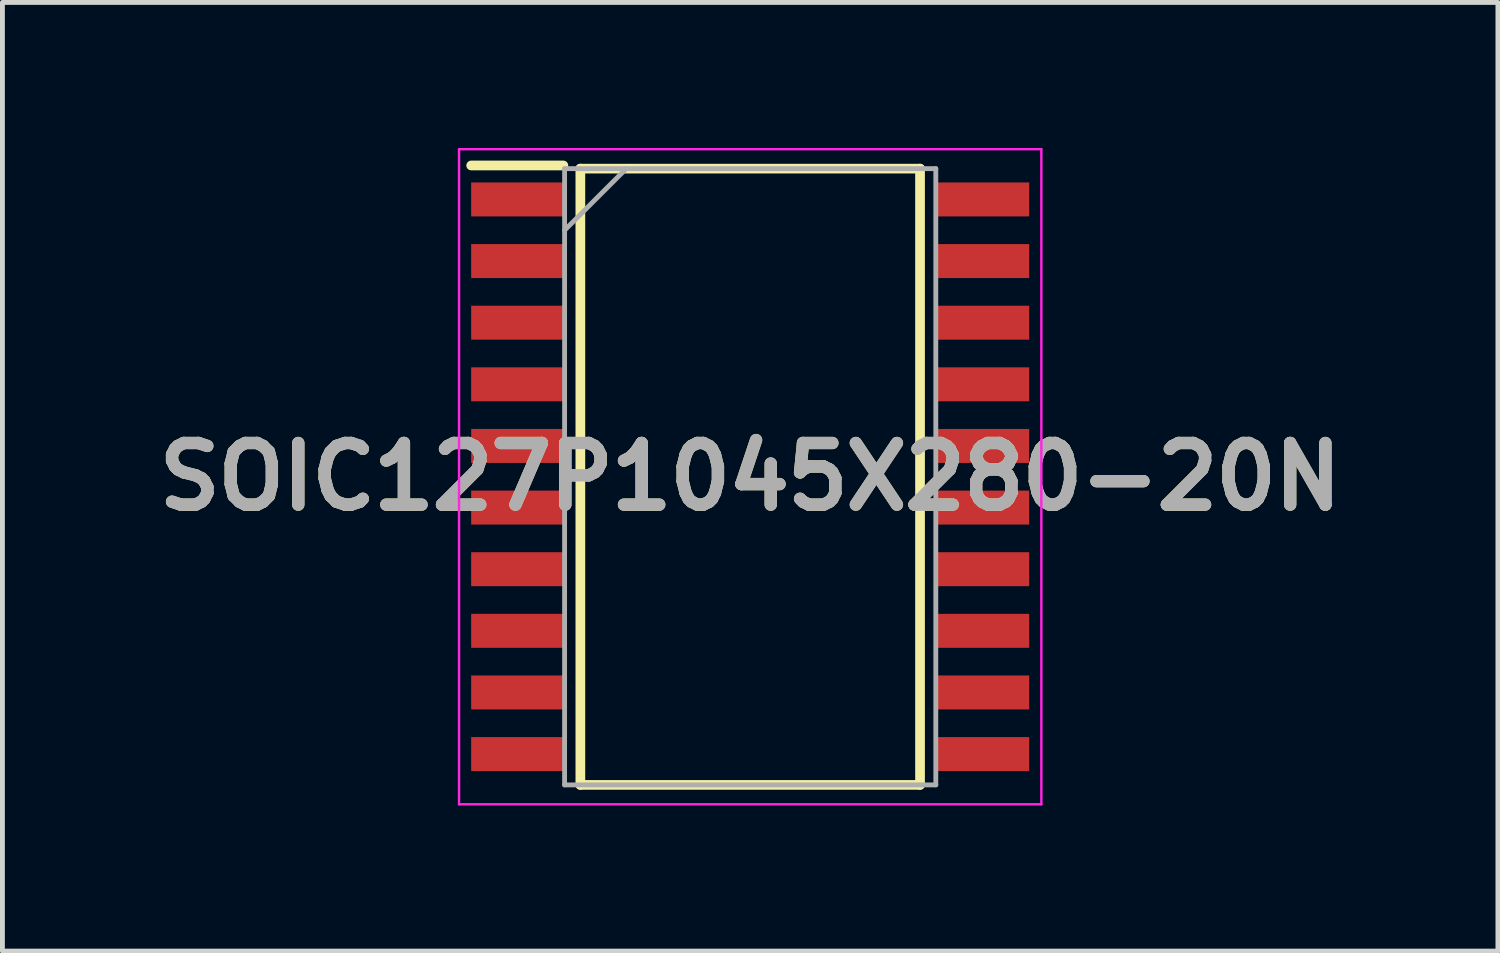
<source format=kicad_pcb>
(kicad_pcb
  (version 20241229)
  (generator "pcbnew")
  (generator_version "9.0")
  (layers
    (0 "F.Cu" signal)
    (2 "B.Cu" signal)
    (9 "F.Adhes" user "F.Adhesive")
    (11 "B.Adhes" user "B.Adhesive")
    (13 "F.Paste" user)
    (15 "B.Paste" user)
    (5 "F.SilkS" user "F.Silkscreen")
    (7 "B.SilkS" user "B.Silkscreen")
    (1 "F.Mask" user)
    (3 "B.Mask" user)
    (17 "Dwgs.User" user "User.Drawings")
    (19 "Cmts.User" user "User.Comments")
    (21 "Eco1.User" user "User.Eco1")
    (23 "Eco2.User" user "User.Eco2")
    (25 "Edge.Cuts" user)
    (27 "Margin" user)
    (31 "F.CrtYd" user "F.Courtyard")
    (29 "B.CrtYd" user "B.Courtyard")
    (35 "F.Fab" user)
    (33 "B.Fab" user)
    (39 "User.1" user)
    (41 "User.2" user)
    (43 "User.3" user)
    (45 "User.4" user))
  (footprint "SOIC127P1045X280-20N"
    (layer "F.Cu")
    (at 12.41 6.775)
    (property "Reference" "SOIC127P1045X280-20N" (at 0 0 0) (layer "F.SilkS") (effects (font (size 1.27 1.27) (thickness 0.254))))
    (attr smd)
    (fp_line (start -5.75 -6.415) (end -3.85 -6.415) (stroke (width 0.2) (type solid)) (layer "F.SilkS"))
    (fp_line (start -3.5 -6.35) (end 3.5 -6.35) (stroke (width 0.2) (type solid)) (layer "F.SilkS"))
    (fp_line (start -3.5 6.35) (end -3.5 -6.35) (stroke (width 0.2) (type solid)) (layer "F.SilkS"))
    (fp_line (start 3.5 -6.35) (end 3.5 6.35) (stroke (width 0.2) (type solid)) (layer "F.SilkS"))
    (fp_line (start 3.5 6.35) (end -3.5 6.35) (stroke (width 0.2) (type solid)) (layer "F.SilkS"))
    (fp_line (start -6 -6.75) (end 6 -6.75) (stroke (width 0.05) (type solid)) (layer "F.CrtYd"))
    (fp_line (start -6 6.75) (end -6 -6.75) (stroke (width 0.05) (type solid)) (layer "F.CrtYd"))
    (fp_line (start 6 -6.75) (end 6 6.75) (stroke (width 0.05) (type solid)) (layer "F.CrtYd"))
    (fp_line (start 6 6.75) (end -6 6.75) (stroke (width 0.05) (type solid)) (layer "F.CrtYd"))
    (fp_line (start -3.825 -6.35) (end 3.825 -6.35) (stroke (width 0.1) (type solid)) (layer "F.Fab"))
    (fp_line (start -3.825 -5.08) (end -2.555 -6.35) (stroke (width 0.1) (type solid)) (layer "F.Fab"))
    (fp_line (start -3.825 6.35) (end -3.825 -6.35) (stroke (width 0.1) (type solid)) (layer "F.Fab"))
    (fp_line (start 3.825 -6.35) (end 3.825 6.35) (stroke (width 0.1) (type solid)) (layer "F.Fab"))
    (fp_line (start 3.825 6.35) (end -3.825 6.35) (stroke (width 0.1) (type solid)) (layer "F.Fab"))
    (fp_text user "${REFERENCE}" (at 0 0 0) (layer "F.Fab") (effects (font (size 1.27 1.27) (thickness 0.254))))
    (pad "1" smd rect (at -4.8 -5.715 90) (size 0.7 1.9) (layers "F.Cu" "F.Mask" "F.Paste"))
    (pad "2" smd rect (at -4.8 -4.445 90) (size 0.7 1.9) (layers "F.Cu" "F.Mask" "F.Paste"))
    (pad "3" smd rect (at -4.8 -3.175 90) (size 0.7 1.9) (layers "F.Cu" "F.Mask" "F.Paste"))
    (pad "4" smd rect (at -4.8 -1.905 90) (size 0.7 1.9) (layers "F.Cu" "F.Mask" "F.Paste"))
    (pad "5" smd rect (at -4.8 -0.635 90) (size 0.7 1.9) (layers "F.Cu" "F.Mask" "F.Paste"))
    (pad "6" smd rect (at -4.8 0.635 90) (size 0.7 1.9) (layers "F.Cu" "F.Mask" "F.Paste"))
    (pad "7" smd rect (at -4.8 1.905 90) (size 0.7 1.9) (layers "F.Cu" "F.Mask" "F.Paste"))
    (pad "8" smd rect (at -4.8 3.175 90) (size 0.7 1.9) (layers "F.Cu" "F.Mask" "F.Paste"))
    (pad "9" smd rect (at -4.8 4.445 90) (size 0.7 1.9) (layers "F.Cu" "F.Mask" "F.Paste"))
    (pad "10" smd rect (at -4.8 5.715 90) (size 0.7 1.9) (layers "F.Cu" "F.Mask" "F.Paste"))
    (pad "11" smd rect (at 4.8 5.715 90) (size 0.7 1.9) (layers "F.Cu" "F.Mask" "F.Paste"))
    (pad "12" smd rect (at 4.8 4.445 90) (size 0.7 1.9) (layers "F.Cu" "F.Mask" "F.Paste"))
    (pad "13" smd rect (at 4.8 3.175 90) (size 0.7 1.9) (layers "F.Cu" "F.Mask" "F.Paste"))
    (pad "14" smd rect (at 4.8 1.905 90) (size 0.7 1.9) (layers "F.Cu" "F.Mask" "F.Paste"))
    (pad "15" smd rect (at 4.8 0.635 90) (size 0.7 1.9) (layers "F.Cu" "F.Mask" "F.Paste"))
    (pad "16" smd rect (at 4.8 -0.635 90) (size 0.7 1.9) (layers "F.Cu" "F.Mask" "F.Paste"))
    (pad "17" smd rect (at 4.8 -1.905 90) (size 0.7 1.9) (layers "F.Cu" "F.Mask" "F.Paste"))
    (pad "18" smd rect (at 4.8 -3.175 90) (size 0.7 1.9) (layers "F.Cu" "F.Mask" "F.Paste"))
    (pad "19" smd rect (at 4.8 -4.445 90) (size 0.7 1.9) (layers "F.Cu" "F.Mask" "F.Paste"))
    (pad "20" smd rect (at 4.8 -5.715 90) (size 0.7 1.9) (layers "F.Cu" "F.Mask" "F.Paste")))
  (gr_rect
    (start -3 -3)
    (end 27.819 16.55)
    (stroke (width 0.1) (type default))
    (fill no)
    (layer "Edge.Cuts")))
</source>
